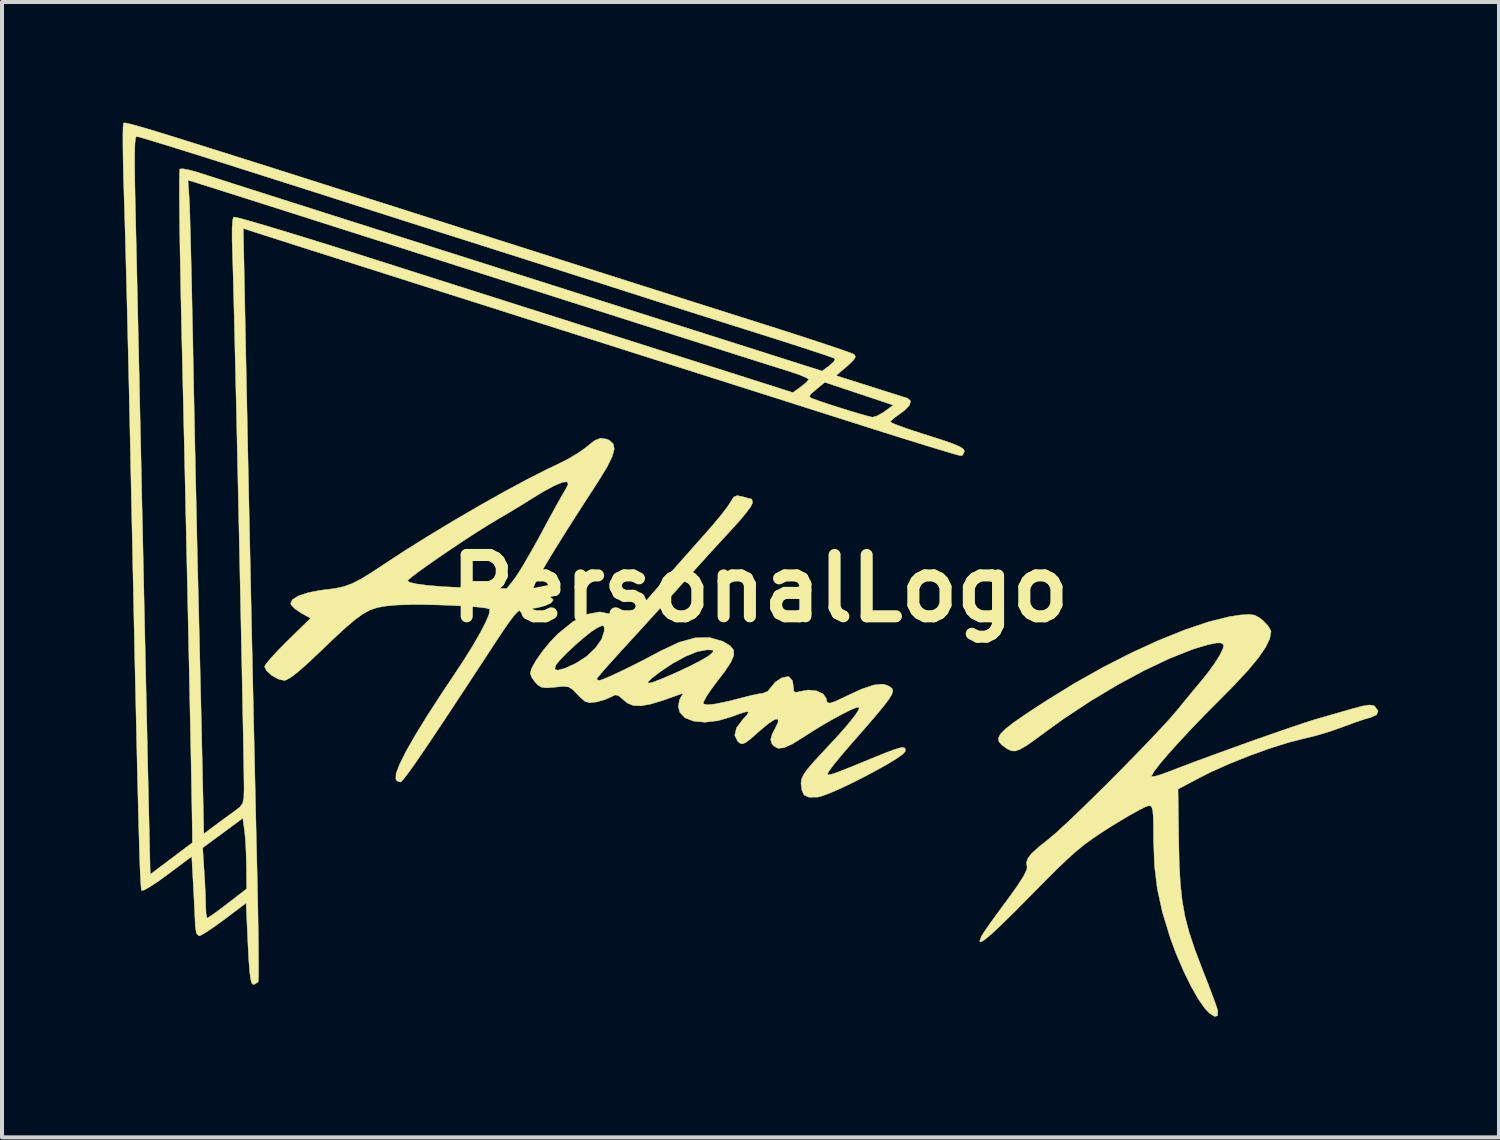
<source format=kicad_pcb>
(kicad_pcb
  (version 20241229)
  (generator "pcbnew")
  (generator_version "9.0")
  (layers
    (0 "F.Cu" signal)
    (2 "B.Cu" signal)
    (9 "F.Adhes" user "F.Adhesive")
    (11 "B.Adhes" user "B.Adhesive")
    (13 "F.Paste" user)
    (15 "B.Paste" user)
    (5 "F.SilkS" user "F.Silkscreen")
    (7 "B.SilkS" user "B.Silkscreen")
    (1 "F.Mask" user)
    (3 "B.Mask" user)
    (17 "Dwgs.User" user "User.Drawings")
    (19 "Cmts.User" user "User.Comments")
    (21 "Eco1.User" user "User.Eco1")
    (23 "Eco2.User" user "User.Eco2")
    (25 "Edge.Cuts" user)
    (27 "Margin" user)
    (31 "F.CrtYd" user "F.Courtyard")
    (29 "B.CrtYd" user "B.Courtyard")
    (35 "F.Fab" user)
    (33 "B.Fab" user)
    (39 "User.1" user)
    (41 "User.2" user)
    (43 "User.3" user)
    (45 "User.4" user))
  (footprint "PersonalLogo"
    (layer "F.Cu")
    (at 15.845 11.58)
    (property "Reference" "PersonalLogo" (at 0 0 0) (layer "F.SilkS") (effects (font (size 1.524 1.524) (thickness 0.3))))
    (attr through_hole)
    (fp_poly (pts (xy -3.813 -3.714) (xy -3.742 -3.681) (xy -3.65 -3.596) (xy -3.626 -3.468) (xy -3.675 -3.284) (xy -3.799 -3.031) (xy -4.002 -2.697) (xy -4.038 -2.642) (xy -4.441 -2.019) (xy -4.791 -1.471) (xy -5.085 -1.001) (xy -5.319 -0.615) (xy -5.492 -0.318) (xy -5.599 -0.116) (xy -5.638 -0.012) (xy -5.637 -0.005) (xy -5.569 0.07) (xy -5.423 0.136) (xy -5.381 0.147) (xy -5.229 0.203) (xy -5.148 0.272) (xy -5.144 0.289) (xy -5.201 0.361) (xy -5.35 0.428) (xy -5.555 0.481) (xy -5.781 0.507) (xy -5.829 0.508) (xy -5.9 0.512) (xy -5.965 0.534) (xy -6.036 0.586) (xy -6.124 0.681) (xy -6.238 0.833) (xy -6.391 1.054) (xy -6.592 1.357) (xy -6.813 1.695) (xy -7.288 2.419) (xy -7.697 3.04) (xy -8.043 3.561) (xy -8.329 3.987) (xy -8.557 4.319) (xy -8.731 4.564) (xy -8.852 4.723) (xy -8.923 4.802) (xy -8.938 4.811) (xy -9.024 4.784) (xy -9.056 4.734) (xy -9.049 4.602) (xy -8.965 4.375) (xy -8.806 4.056) (xy -8.575 3.65) (xy -8.274 3.16) (xy -7.906 2.592) (xy -7.637 2.191) (xy -7.364 1.777) (xy -7.13 1.401) (xy -6.943 1.074) (xy -6.808 0.81) (xy -6.732 0.621) (xy -6.722 0.519) (xy -6.731 0.508) (xy -6.832 0.482) (xy -7.035 0.459) (xy -7.314 0.438) (xy -7.645 0.42) (xy -8.001 0.407) (xy -8.357 0.4) (xy -8.688 0.4) (xy -8.969 0.407) (xy -9.096 0.415) (xy -9.324 0.438) (xy -9.518 0.474) (xy -9.694 0.534) (xy -9.872 0.63) (xy -10.07 0.773) (xy -10.305 0.973) (xy -10.597 1.243) (xy -10.897 1.53) (xy -11.228 1.843) (xy -11.483 2.068) (xy -11.668 2.211) (xy -11.793 2.278) (xy -11.833 2.286) (xy -11.984 2.248) (xy -12.146 2.156) (xy -12.272 2.041) (xy -12.319 1.94) (xy -12.276 1.866) (xy -12.158 1.725) (xy -11.983 1.536) (xy -11.768 1.319) (xy -11.748 1.298) (xy -11.176 0.739) (xy -11.414 0.606) (xy -11.565 0.502) (xy -11.659 0.403) (xy -11.67 0.376) (xy -11.629 0.277) (xy -11.48 0.184) (xy -11.242 0.104) (xy -10.936 0.044) (xy -10.822 0.03) (xy -10.558 -0.003) (xy -10.338 -0.052) (xy -10.132 -0.128) (xy -10.01 -0.191) (xy -8.763 -0.191) (xy -8.702 -0.151) (xy -8.529 -0.113) (xy -8.26 -0.078) (xy -7.909 -0.049) (xy -7.492 -0.027) (xy -7.024 -0.012) (xy -6.943 -0.011) (xy -6.297 0) (xy -6.109 -0.238) (xy -6.015 -0.376) (xy -5.876 -0.601) (xy -5.71 -0.888) (xy -5.529 -1.21) (xy -5.428 -1.397) (xy -5.256 -1.716) (xy -5.099 -2.003) (xy -4.969 -2.236) (xy -4.879 -2.393) (xy -4.848 -2.443) (xy -4.773 -2.586) (xy -4.795 -2.653) (xy -4.91 -2.643) (xy -5.116 -2.558) (xy -5.409 -2.398) (xy -5.742 -2.194) (xy -5.957 -2.059) (xy -6.229 -1.895) (xy -6.504 -1.733) (xy -6.54 -1.712) (xy -6.776 -1.57) (xy -7.057 -1.393) (xy -7.364 -1.193) (xy -7.679 -0.983) (xy -7.986 -0.774) (xy -8.264 -0.58) (xy -8.498 -0.412) (xy -8.667 -0.283) (xy -8.755 -0.205) (xy -8.763 -0.191) (xy -10.01 -0.191) (xy -9.906 -0.245) (xy -9.63 -0.417) (xy -9.42 -0.556) (xy -8.863 -0.922) (xy -8.255 -1.302) (xy -7.621 -1.685) (xy -6.985 -2.056) (xy -6.368 -2.403) (xy -5.795 -2.711) (xy -5.29 -2.968) (xy -5.039 -3.086) (xy -4.773 -3.22) (xy -4.52 -3.371) (xy -4.328 -3.508) (xy -4.305 -3.529) (xy -4.114 -3.68) (xy -3.962 -3.739) (xy -3.813 -3.714)) (stroke (width 0.01) (type solid)) (fill yes) (layer "F.SilkS"))
    (fp_poly (pts (xy 12.295 0.662) (xy 12.417 0.729) (xy 12.496 0.792) (xy 12.624 0.924) (xy 12.695 1.045) (xy 12.7 1.073) (xy 12.668 1.248) (xy 12.566 1.46) (xy 12.39 1.717) (xy 12.131 2.029) (xy 11.784 2.403) (xy 11.427 2.764) (xy 11.055 3.138) (xy 10.711 3.496) (xy 10.403 3.826) (xy 10.141 4.118) (xy 9.936 4.359) (xy 9.797 4.541) (xy 9.734 4.65) (xy 9.734 4.675) (xy 9.805 4.67) (xy 9.96 4.625) (xy 10.165 4.55) (xy 10.17 4.548) (xy 10.488 4.425) (xy 10.879 4.278) (xy 11.321 4.116) (xy 11.79 3.946) (xy 12.264 3.776) (xy 12.72 3.616) (xy 13.136 3.472) (xy 13.488 3.353) (xy 13.755 3.267) (xy 13.843 3.241) (xy 14.127 3.159) (xy 14.457 3.064) (xy 14.723 2.988) (xy 14.983 2.919) (xy 15.151 2.894) (xy 15.251 2.909) (xy 15.279 2.927) (xy 15.362 3.043) (xy 15.323 3.14) (xy 15.168 3.208) (xy 15.161 3.209) (xy 15.001 3.255) (xy 14.77 3.333) (xy 14.515 3.428) (xy 14.483 3.44) (xy 14.17 3.551) (xy 13.818 3.656) (xy 13.531 3.726) (xy 13.134 3.827) (xy 12.664 3.975) (xy 12.16 4.157) (xy 11.659 4.358) (xy 11.199 4.564) (xy 10.957 4.686) (xy 10.389 4.986) (xy 10.406 6.255) (xy 10.419 6.844) (xy 10.446 7.337) (xy 10.492 7.764) (xy 10.563 8.158) (xy 10.665 8.548) (xy 10.804 8.966) (xy 10.985 9.443) (xy 11.009 9.505) (xy 11.134 9.824) (xy 11.242 10.108) (xy 11.324 10.332) (xy 11.371 10.474) (xy 11.378 10.503) (xy 11.369 10.619) (xy 11.298 10.638) (xy 11.177 10.563) (xy 11.052 10.433) (xy 10.888 10.198) (xy 10.704 9.872) (xy 10.516 9.484) (xy 10.337 9.066) (xy 10.193 8.676) (xy 10.001 8.046) (xy 9.874 7.468) (xy 9.804 6.89) (xy 9.78 6.259) (xy 9.78 6.239) (xy 9.778 5.897) (xy 9.772 5.662) (xy 9.759 5.515) (xy 9.736 5.435) (xy 9.7 5.403) (xy 9.663 5.397) (xy 9.571 5.43) (xy 9.394 5.52) (xy 9.154 5.655) (xy 8.872 5.823) (xy 8.726 5.913) (xy 8.467 6.079) (xy 8.246 6.228) (xy 8.044 6.377) (xy 7.844 6.541) (xy 7.628 6.736) (xy 7.377 6.976) (xy 7.074 7.279) (xy 6.717 7.64) (xy 6.314 8.047) (xy 5.992 8.363) (xy 5.749 8.59) (xy 5.581 8.73) (xy 5.485 8.788) (xy 5.457 8.765) (xy 5.493 8.665) (xy 5.516 8.62) (xy 5.581 8.518) (xy 5.707 8.338) (xy 5.876 8.103) (xy 6.072 7.836) (xy 6.132 7.756) (xy 6.384 7.407) (xy 6.55 7.15) (xy 6.63 6.984) (xy 6.636 6.923) (xy 6.62 6.814) (xy 6.654 6.707) (xy 6.753 6.582) (xy 6.931 6.421) (xy 7.165 6.234) (xy 7.341 6.086) (xy 7.588 5.861) (xy 7.89 5.574) (xy 8.231 5.243) (xy 8.595 4.884) (xy 8.966 4.511) (xy 9.329 4.141) (xy 9.668 3.79) (xy 9.966 3.474) (xy 10.208 3.209) (xy 10.377 3.011) (xy 10.553 2.795) (xy 10.765 2.537) (xy 10.969 2.294) (xy 10.971 2.292) (xy 11.15 2.067) (xy 11.312 1.842) (xy 11.424 1.662) (xy 11.433 1.645) (xy 11.508 1.489) (xy 11.524 1.408) (xy 11.484 1.366) (xy 11.45 1.352) (xy 11.341 1.353) (xy 11.143 1.394) (xy 10.883 1.469) (xy 10.733 1.518) (xy 10.171 1.741) (xy 9.546 2.038) (xy 8.885 2.394) (xy 8.215 2.795) (xy 7.563 3.225) (xy 7.144 3.527) (xy 6.841 3.75) (xy 6.619 3.905) (xy 6.459 3.998) (xy 6.342 4.039) (xy 6.249 4.035) (xy 6.162 3.996) (xy 6.127 3.974) (xy 6.007 3.887) (xy 5.936 3.805) (xy 5.923 3.718) (xy 5.974 3.616) (xy 6.099 3.49) (xy 6.305 3.329) (xy 6.601 3.124) (xy 6.995 2.866) (xy 7.121 2.784) (xy 7.819 2.354) (xy 8.528 1.956) (xy 9.232 1.597) (xy 9.915 1.285) (xy 10.558 1.026) (xy 11.147 0.828) (xy 11.664 0.699) (xy 11.94 0.657) (xy 12.154 0.642) (xy 12.295 0.662)) (stroke (width 0.01) (type solid)) (fill yes) (layer "F.SilkS"))
    (fp_poly (pts (xy -0.43 -2.282) (xy -0.286 -2.242) (xy -0.209 -2.223) (xy -0.207 -2.223) (xy -0.192 -2.17) (xy -0.191 -2.123) (xy -0.232 -2.038) (xy -0.344 -1.886) (xy -0.509 -1.687) (xy -0.683 -1.495) (xy -0.902 -1.257) (xy -1.178 -0.957) (xy -1.479 -0.625) (xy -1.778 -0.295) (xy -1.905 -0.154) (xy -2.221 0.197) (xy -2.581 0.594) (xy -2.944 0.993) (xy -3.272 1.351) (xy -3.35 1.436) (xy -3.587 1.697) (xy -3.791 1.924) (xy -3.948 2.103) (xy -4.042 2.217) (xy -4.064 2.25) (xy -4.015 2.285) (xy -4.004 2.286) (xy -3.91 2.258) (xy -3.727 2.18) (xy -3.478 2.065) (xy -3.185 1.922) (xy -2.871 1.763) (xy -2.56 1.598) (xy -2.483 1.556) (xy -2.02 1.338) (xy -1.614 1.225) (xy -1.256 1.217) (xy -0.933 1.311) (xy -0.902 1.327) (xy -0.743 1.424) (xy -0.659 1.529) (xy -0.653 1.658) (xy -0.726 1.831) (xy -0.882 2.065) (xy -1.051 2.285) (xy -1.218 2.508) (xy -1.342 2.695) (xy -1.408 2.823) (xy -1.412 2.867) (xy -1.314 2.89) (xy -1.105 2.868) (xy -0.784 2.801) (xy -0.415 2.706) (xy -0.195 2.651) (xy -0.013 2.614) (xy 0.075 2.603) (xy 0.191 2.553) (xy 0.254 2.476) (xy 0.375 2.327) (xy 0.533 2.222) (xy 0.683 2.188) (xy 0.721 2.196) (xy 0.804 2.291) (xy 0.826 2.424) (xy 0.837 2.552) (xy 0.891 2.583) (xy 0.968 2.563) (xy 1.193 2.522) (xy 1.404 2.544) (xy 1.567 2.619) (xy 1.647 2.736) (xy 1.651 2.77) (xy 1.669 2.835) (xy 1.735 2.848) (xy 1.869 2.805) (xy 2.09 2.702) (xy 2.145 2.674) (xy 2.531 2.496) (xy 2.83 2.397) (xy 3.049 2.376) (xy 3.166 2.408) (xy 3.237 2.449) (xy 3.284 2.491) (xy 3.299 2.547) (xy 3.275 2.628) (xy 3.206 2.744) (xy 3.084 2.907) (xy 2.902 3.128) (xy 2.653 3.418) (xy 2.329 3.789) (xy 2.2 3.937) (xy 1.996 4.175) (xy 1.831 4.378) (xy 1.718 4.529) (xy 1.672 4.608) (xy 1.673 4.615) (xy 1.697 4.627) (xy 1.744 4.624) (xy 1.831 4.599) (xy 1.974 4.547) (xy 2.19 4.462) (xy 2.495 4.338) (xy 2.762 4.228) (xy 3.101 4.091) (xy 3.339 4.001) (xy 3.493 3.956) (xy 3.578 3.953) (xy 3.611 3.987) (xy 3.608 4.048) (xy 3.545 4.118) (xy 3.389 4.229) (xy 3.16 4.368) (xy 2.882 4.524) (xy 2.575 4.687) (xy 2.263 4.844) (xy 1.967 4.984) (xy 1.709 5.095) (xy 1.511 5.166) (xy 1.429 5.185) (xy 1.213 5.187) (xy 1.095 5.136) (xy 1.04 5.019) (xy 1.016 4.849) (xy 1.016 4.845) (xy 1.029 4.742) (xy 1.077 4.631) (xy 1.174 4.493) (xy 1.334 4.306) (xy 1.571 4.051) (xy 1.574 4.048) (xy 1.907 3.69) (xy 2.167 3.395) (xy 2.349 3.169) (xy 2.449 3.018) (xy 2.462 2.949) (xy 2.39 2.959) (xy 2.233 3.025) (xy 2.012 3.137) (xy 1.749 3.281) (xy 1.467 3.446) (xy 1.187 3.622) (xy 1.089 3.685) (xy 0.803 3.863) (xy 0.593 3.957) (xy 0.443 3.972) (xy 0.335 3.912) (xy 0.292 3.856) (xy 0.262 3.756) (xy 0.298 3.624) (xy 0.367 3.491) (xy 0.447 3.322) (xy 0.444 3.243) (xy 0.362 3.255) (xy 0.206 3.356) (xy -0.021 3.546) (xy -0.032 3.556) (xy -0.229 3.731) (xy -0.358 3.829) (xy -0.444 3.862) (xy -0.509 3.841) (xy -0.559 3.797) (xy -0.631 3.646) (xy -0.585 3.46) (xy -0.432 3.257) (xy -0.319 3.133) (xy -0.289 3.069) (xy -0.35 3.063) (xy -0.512 3.113) (xy -0.699 3.183) (xy -1.049 3.286) (xy -1.373 3.323) (xy -1.652 3.297) (xy -1.868 3.213) (xy -1.999 3.073) (xy -2.032 2.932) (xy -2.005 2.77) (xy -1.953 2.67) (xy -1.911 2.613) (xy -1.97 2.621) (xy -2 2.632) (xy -2.411 2.779) (xy -2.726 2.873) (xy -2.964 2.916) (xy -3.145 2.909) (xy -3.288 2.855) (xy -3.403 2.763) (xy -3.519 2.661) (xy -3.606 2.645) (xy -3.702 2.692) (xy -3.86 2.762) (xy -4.06 2.818) (xy -4.084 2.822) (xy -4.24 2.839) (xy -4.353 2.806) (xy -4.474 2.702) (xy -4.534 2.637) (xy -4.661 2.508) (xy -4.764 2.445) (xy -4.896 2.432) (xy -5.092 2.451) (xy -5.302 2.469) (xy -5.432 2.454) (xy -5.527 2.396) (xy -5.578 2.345) (xy -5.598 2.319) (xy -2.785 2.319) (xy -2.781 2.354) (xy -2.672 2.331) (xy -2.456 2.249) (xy -2.131 2.109) (xy -2.014 2.056) (xy -1.738 1.926) (xy -1.496 1.801) (xy -1.317 1.699) (xy -1.24 1.643) (xy -1.162 1.562) (xy -1.177 1.53) (xy -1.301 1.524) (xy -1.326 1.524) (xy -1.554 1.566) (xy -1.846 1.683) (xy -2.174 1.862) (xy -2.489 2.073) (xy -2.687 2.225) (xy -2.785 2.319) (xy -5.598 2.319) (xy -5.675 2.213) (xy -5.715 2.105) (xy -5.685 2.009) (xy -5.104 2.009) (xy -5.023 2.03) (xy -4.846 1.98) (xy -4.578 1.858) (xy -4.578 1.857) (xy -4.315 1.688) (xy -4.094 1.479) (xy -3.939 1.258) (xy -3.874 1.054) (xy -3.873 1.037) (xy -3.881 0.938) (xy -3.927 0.921) (xy -4.048 0.976) (xy -4.06 0.982) (xy -4.203 1.077) (xy -4.396 1.231) (xy -4.61 1.418) (xy -4.815 1.61) (xy -4.981 1.782) (xy -5.08 1.905) (xy -5.085 1.914) (xy -5.104 2.009) (xy -5.685 2.009) (xy -5.673 1.97) (xy -5.562 1.775) (xy -5.401 1.548) (xy -5.212 1.318) (xy -5.023 1.123) (xy -4.649 0.821) (xy -4.304 0.64) (xy -3.985 0.58) (xy -3.687 0.639) (xy -3.565 0.702) (xy -3.48 0.754) (xy -3.409 0.784) (xy -3.339 0.781) (xy -3.255 0.736) (xy -3.144 0.639) (xy -2.99 0.478) (xy -2.782 0.244) (xy -2.503 -0.075) (xy -2.485 -0.095) (xy -2.208 -0.412) (xy -1.903 -0.757) (xy -1.607 -1.091) (xy -1.358 -1.371) (xy -1.356 -1.372) (xy -1.144 -1.616) (xy -0.955 -1.845) (xy -0.812 -2.032) (xy -0.737 -2.146) (xy -0.657 -2.275) (xy -0.571 -2.311) (xy -0.43 -2.282)) (stroke (width 0.01) (type solid)) (fill yes) (layer "F.SilkS"))
    (fp_poly (pts (xy -15.782 -11.574) (xy -15.732 -11.565) (xy -15.654 -11.547) (xy -15.544 -11.518) (xy -15.396 -11.476) (xy -15.204 -11.42) (xy -14.963 -11.347) (xy -14.667 -11.256) (xy -14.31 -11.145) (xy -13.886 -11.012) (xy -13.391 -10.856) (xy -12.819 -10.675) (xy -12.163 -10.468) (xy -11.418 -10.231) (xy -10.579 -9.964) (xy -9.64 -9.665) (xy -8.596 -9.333) (xy -7.44 -8.964) (xy -6.509 -8.667) (xy -5.72 -8.416) (xy -4.91 -8.158) (xy -4.094 -7.898) (xy -3.29 -7.642) (xy -2.516 -7.396) (xy -1.789 -7.165) (xy -1.127 -6.955) (xy -0.547 -6.771) (xy -0.066 -6.619) (xy 0.032 -6.588) (xy 0.542 -6.425) (xy 1.015 -6.273) (xy 1.438 -6.134) (xy 1.796 -6.015) (xy 2.075 -5.92) (xy 2.261 -5.853) (xy 2.34 -5.819) (xy 2.34 -5.819) (xy 2.371 -5.763) (xy 2.325 -5.681) (xy 2.191 -5.552) (xy 2.157 -5.523) (xy 1.887 -5.293) (xy 2.738 -5.024) (xy 3.051 -4.924) (xy 3.324 -4.838) (xy 3.533 -4.771) (xy 3.652 -4.734) (xy 3.667 -4.729) (xy 3.743 -4.661) (xy 3.711 -4.553) (xy 3.578 -4.419) (xy 3.493 -4.357) (xy 3.344 -4.25) (xy 3.252 -4.167) (xy 3.239 -4.142) (xy 3.296 -4.108) (xy 3.454 -4.046) (xy 3.692 -3.961) (xy 3.989 -3.864) (xy 4.159 -3.81) (xy 4.527 -3.692) (xy 4.789 -3.601) (xy 4.958 -3.529) (xy 5.049 -3.47) (xy 5.079 -3.417) (xy 5.079 -3.413) (xy 5.037 -3.319) (xy 4.989 -3.302) (xy 4.909 -3.321) (xy 4.723 -3.374) (xy 4.444 -3.457) (xy 4.087 -3.566) (xy 3.666 -3.697) (xy 3.195 -3.844) (xy 2.719 -3.995) (xy 1.027 -4.533) (xy 0.264 -4.776) (xy 1.225 -4.776) (xy 1.266 -4.737) (xy 1.299 -4.723) (xy 1.475 -4.66) (xy 1.713 -4.58) (xy 1.984 -4.493) (xy 2.258 -4.408) (xy 2.505 -4.335) (xy 2.693 -4.282) (xy 2.794 -4.259) (xy 2.798 -4.259) (xy 2.909 -4.292) (xy 3.063 -4.379) (xy 3.102 -4.407) (xy 3.309 -4.559) (xy 1.61 -5.127) (xy 1.392 -4.949) (xy 1.263 -4.837) (xy 1.225 -4.776) (xy 0.264 -4.776) (xy -0.547 -5.034) (xy -2.006 -5.498) (xy -3.355 -5.927) (xy -4.596 -6.322) (xy -5.733 -6.683) (xy -6.768 -7.013) (xy -7.707 -7.311) (xy -8.551 -7.58) (xy -9.304 -7.82) (xy -9.97 -8.032) (xy -10.552 -8.217) (xy -11.052 -8.376) (xy -11.476 -8.511) (xy -11.825 -8.623) (xy -12.104 -8.712) (xy -12.316 -8.779) (xy -12.463 -8.827) (xy -12.55 -8.855) (xy -12.567 -8.86) (xy -12.847 -8.953) (xy -12.804 -6.81) (xy -12.781 -5.692) (xy -12.757 -4.535) (xy -12.733 -3.353) (xy -12.708 -2.16) (xy -12.682 -0.968) (xy -12.657 0.207) (xy -12.632 1.353) (xy -12.608 2.455) (xy -12.585 3.5) (xy -12.563 4.475) (xy -12.543 5.365) (xy -12.525 6.157) (xy -12.509 6.838) (xy -12.507 6.906) (xy -12.494 7.492) (xy -12.483 8.04) (xy -12.475 8.536) (xy -12.47 8.967) (xy -12.468 9.319) (xy -12.468 9.581) (xy -12.473 9.738) (xy -12.478 9.779) (xy -12.57 9.839) (xy -12.601 9.842) (xy -12.636 9.812) (xy -12.664 9.712) (xy -12.688 9.528) (xy -12.71 9.246) (xy -12.731 8.852) (xy -12.732 8.83) (xy -12.778 7.818) (xy -13.32 8.227) (xy -13.551 8.395) (xy -13.75 8.53) (xy -13.893 8.615) (xy -13.948 8.636) (xy -14.012 8.575) (xy -14.041 8.392) (xy -14.042 8.366) (xy -14.049 8.19) (xy -14.061 7.927) (xy -14.077 7.617) (xy -14.089 7.378) (xy -14.129 6.66) (xy -14.728 7.109) (xy -14.965 7.28) (xy -15.166 7.413) (xy -15.309 7.493) (xy -15.373 7.51) (xy -15.38 7.487) (xy -15.388 7.431) (xy -15.395 7.336) (xy -15.403 7.196) (xy -15.412 7.008) (xy -15.421 6.764) (xy -15.431 6.461) (xy -15.441 6.092) (xy -15.453 5.653) (xy -15.466 5.138) (xy -15.481 4.542) (xy -15.497 3.86) (xy -15.514 3.086) (xy -15.534 2.215) (xy -15.555 1.241) (xy -15.578 0.161) (xy -15.603 -1.032) (xy -15.631 -2.344) (xy -15.652 -3.334) (xy -15.669 -4.144) (xy -15.687 -4.963) (xy -15.706 -5.773) (xy -15.725 -6.56) (xy -15.743 -7.306) (xy -15.761 -7.997) (xy -15.777 -8.615) (xy -15.792 -9.145) (xy -15.805 -9.571) (xy -15.81 -9.714) (xy -15.824 -10.181) (xy -15.833 -10.559) (xy -15.549 -10.559) (xy -15.544 -10.14) (xy -15.533 -9.604) (xy -15.531 -9.509) (xy -15.523 -9.177) (xy -15.513 -8.732) (xy -15.5 -8.185) (xy -15.486 -7.551) (xy -15.47 -6.843) (xy -15.453 -6.073) (xy -15.434 -5.255) (xy -15.416 -4.403) (xy -15.396 -3.528) (xy -15.377 -2.645) (xy -15.367 -2.159) (xy -15.347 -1.274) (xy -15.328 -0.388) (xy -15.309 0.485) (xy -15.29 1.332) (xy -15.272 2.139) (xy -15.256 2.894) (xy -15.24 3.582) (xy -15.227 4.19) (xy -15.215 4.705) (xy -15.206 5.114) (xy -15.202 5.283) (xy -15.16 7.105) (xy -14.644 6.717) (xy -14.427 6.554) (xy -14.283 6.445) (xy -13.857 6.445) (xy -13.819 7.048) (xy -13.801 7.349) (xy -13.788 7.635) (xy -13.781 7.859) (xy -13.78 7.922) (xy -13.772 8.087) (xy -13.753 8.182) (xy -13.743 8.191) (xy -13.68 8.155) (xy -13.542 8.058) (xy -13.351 7.917) (xy -13.235 7.828) (xy -12.764 7.465) (xy -12.769 6.892) (xy -12.777 6.59) (xy -12.791 6.295) (xy -12.811 6.061) (xy -12.817 6.014) (xy -12.859 5.709) (xy -13.358 6.077) (xy -13.857 6.445) (xy -14.283 6.445) (xy -14.253 6.423) (xy -14.142 6.34) (xy -14.114 6.319) (xy -14.113 6.255) (xy -14.114 6.071) (xy -14.119 5.773) (xy -14.126 5.368) (xy -14.135 4.862) (xy -14.146 4.263) (xy -14.16 3.577) (xy -14.176 2.81) (xy -14.193 1.969) (xy -14.213 1.062) (xy -14.233 0.094) (xy -14.256 -0.928) (xy -14.279 -1.997) (xy -14.304 -3.107) (xy -14.33 -4.251) (xy -14.357 -5.422) (xy -14.381 -6.445) (xy -14.396 -7.141) (xy -14.409 -7.799) (xy -14.42 -8.408) (xy -14.428 -8.958) (xy -14.433 -9.437) (xy -14.436 -9.834) (xy -14.435 -10.139) (xy -14.435 -10.15) (xy -14.222 -10.15) (xy -14.191 -9.695) (xy -14.184 -9.544) (xy -14.175 -9.28) (xy -14.165 -8.916) (xy -14.153 -8.467) (xy -14.14 -7.946) (xy -14.127 -7.367) (xy -14.114 -6.744) (xy -14.1 -6.09) (xy -14.096 -5.842) (xy -14.081 -5.092) (xy -14.065 -4.296) (xy -14.048 -3.479) (xy -14.03 -2.667) (xy -14.013 -1.884) (xy -13.997 -1.156) (xy -13.982 -0.51) (xy -13.971 -0.064) (xy -13.955 0.583) (xy -13.938 1.285) (xy -13.921 2.008) (xy -13.904 2.719) (xy -13.888 3.385) (xy -13.875 3.973) (xy -13.87 4.207) (xy -13.828 6.096) (xy -13.566 5.901) (xy -13.353 5.743) (xy -13.133 5.583) (xy -13.066 5.535) (xy -12.934 5.433) (xy -12.863 5.339) (xy -12.835 5.208) (xy -12.828 4.996) (xy -12.828 4.985) (xy -12.83 4.826) (xy -12.833 4.552) (xy -12.84 4.173) (xy -12.848 3.7) (xy -12.859 3.145) (xy -12.871 2.519) (xy -12.885 1.832) (xy -12.9 1.096) (xy -12.916 0.322) (xy -12.933 -0.478) (xy -12.95 -1.295) (xy -12.968 -2.116) (xy -12.986 -2.931) (xy -13.003 -3.728) (xy -13.02 -4.496) (xy -13.037 -5.224) (xy -13.053 -5.902) (xy -13.067 -6.517) (xy -13.081 -7.06) (xy -13.092 -7.518) (xy -13.102 -7.88) (xy -13.11 -8.136) (xy -13.113 -8.233) (xy -13.126 -8.667) (xy -13.125 -8.98) (xy -13.11 -9.171) (xy -13.087 -9.236) (xy -13.015 -9.225) (xy -12.835 -9.178) (xy -12.555 -9.099) (xy -12.189 -8.991) (xy -11.746 -8.857) (xy -11.239 -8.701) (xy -10.678 -8.527) (xy -10.074 -8.337) (xy -9.701 -8.218) (xy -9.007 -7.997) (xy -8.29 -7.769) (xy -7.573 -7.54) (xy -6.874 -7.318) (xy -6.214 -7.108) (xy -5.613 -6.917) (xy -5.09 -6.751) (xy -4.667 -6.616) (xy -4.636 -6.606) (xy -4.078 -6.429) (xy -3.439 -6.226) (xy -2.761 -6.01) (xy -2.083 -5.795) (xy -1.445 -5.592) (xy -1.038 -5.462) (xy 0.814 -4.872) (xy 1.01 -5.012) (xy 1.137 -5.114) (xy 1.204 -5.19) (xy 1.206 -5.201) (xy 1.15 -5.24) (xy 1 -5.304) (xy 0.783 -5.38) (xy 0.683 -5.412) (xy 0.482 -5.475) (xy 0.202 -5.563) (xy -0.161 -5.678) (xy -0.609 -5.82) (xy -1.147 -5.991) (xy -1.778 -6.192) (xy -2.506 -6.423) (xy -3.334 -6.687) (xy -4.266 -6.984) (xy -5.305 -7.315) (xy -6.455 -7.681) (xy -7.72 -8.084) (xy -8.858 -8.448) (xy -9.631 -8.694) (xy -10.371 -8.93) (xy -11.069 -9.152) (xy -11.717 -9.359) (xy -12.305 -9.546) (xy -12.823 -9.711) (xy -13.263 -9.85) (xy -13.614 -9.962) (xy -13.869 -10.042) (xy -14.016 -10.089) (xy -14.048 -10.099) (xy -14.222 -10.15) (xy -14.435 -10.15) (xy -14.432 -10.34) (xy -14.425 -10.427) (xy -14.424 -10.43) (xy -14.345 -10.434) (xy -14.18 -10.402) (xy -13.959 -10.34) (xy -13.903 -10.322) (xy -13.729 -10.266) (xy -13.451 -10.177) (xy -13.089 -10.061) (xy -12.661 -9.924) (xy -12.184 -9.772) (xy -11.678 -9.611) (xy -11.335 -9.502) (xy -10.793 -9.329) (xy -10.158 -9.127) (xy -9.458 -8.905) (xy -8.722 -8.671) (xy -7.978 -8.434) (xy -7.254 -8.204) (xy -6.578 -7.989) (xy -6.509 -7.967) (xy -5.804 -7.743) (xy -5.018 -7.493) (xy -4.184 -7.227) (xy -3.337 -6.958) (xy -2.511 -6.695) (xy -1.741 -6.451) (xy -1.118 -6.253) (xy 1.542 -5.407) (xy 1.724 -5.542) (xy 1.831 -5.639) (xy 1.863 -5.709) (xy 1.858 -5.716) (xy 1.787 -5.745) (xy 1.611 -5.806) (xy 1.343 -5.895) (xy 1 -6.008) (xy 0.595 -6.138) (xy 0.145 -6.281) (xy -0.064 -6.347) (xy -0.6 -6.516) (xy -1.162 -6.694) (xy -1.72 -6.871) (xy -2.245 -7.038) (xy -2.707 -7.185) (xy -3.078 -7.304) (xy -3.08 -7.305) (xy -3.435 -7.419) (xy -3.885 -7.563) (xy -4.403 -7.728) (xy -4.961 -7.906) (xy -5.534 -8.088) (xy -6.095 -8.267) (xy -6.255 -8.317) (xy -6.829 -8.5) (xy -7.443 -8.695) (xy -8.066 -8.893) (xy -8.667 -9.085) (xy -9.215 -9.26) (xy -9.679 -9.408) (xy -9.747 -9.43) (xy -10.784 -9.762) (xy -11.726 -10.062) (xy -12.571 -10.331) (xy -13.314 -10.567) (xy -13.954 -10.769) (xy -14.488 -10.936) (xy -14.913 -11.067) (xy -15.225 -11.162) (xy -15.422 -11.22) (xy -15.502 -11.239) (xy -15.524 -11.201) (xy -15.539 -11.081) (xy -15.547 -10.87) (xy -15.549 -10.559) (xy -15.833 -10.559) (xy -15.834 -10.607) (xy -15.839 -10.974) (xy -15.84 -11.268) (xy -15.836 -11.47) (xy -15.826 -11.565) (xy -15.824 -11.57) (xy -15.811 -11.575) (xy -15.782 -11.574)) (stroke (width 0.01) (type solid)) (fill yes) (layer "F.SilkS")))
  (gr_rect
    (start -3 -3)
    (end 34.212 25.223)
    (stroke (width 0.1) (type default))
    (fill no)
    (layer "Edge.Cuts")))
</source>
